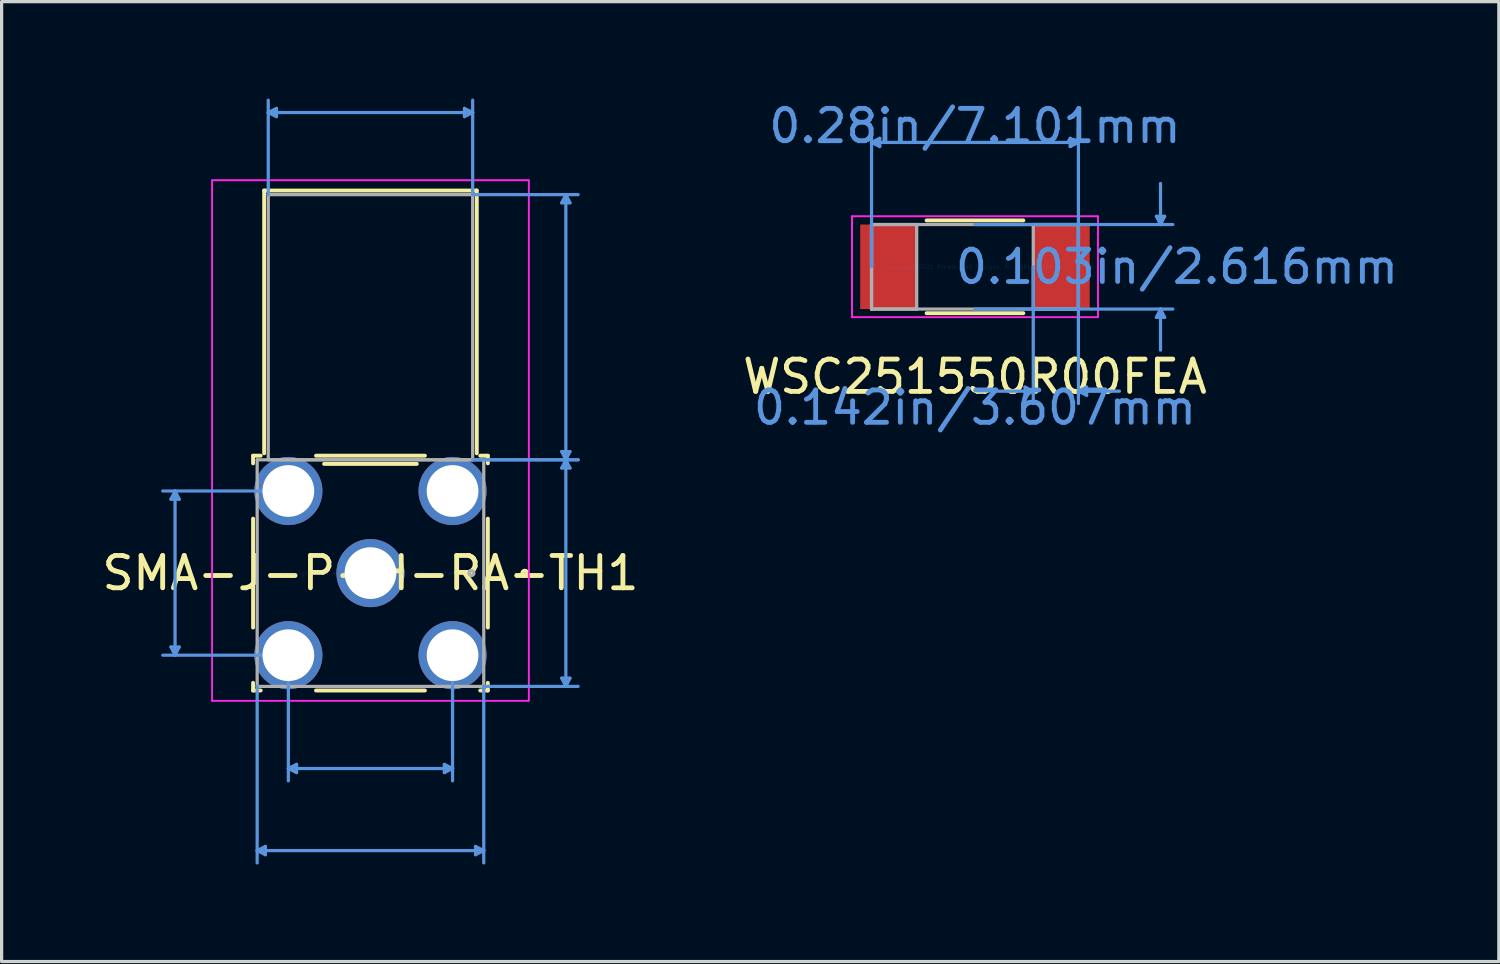
<source format=kicad_pcb>
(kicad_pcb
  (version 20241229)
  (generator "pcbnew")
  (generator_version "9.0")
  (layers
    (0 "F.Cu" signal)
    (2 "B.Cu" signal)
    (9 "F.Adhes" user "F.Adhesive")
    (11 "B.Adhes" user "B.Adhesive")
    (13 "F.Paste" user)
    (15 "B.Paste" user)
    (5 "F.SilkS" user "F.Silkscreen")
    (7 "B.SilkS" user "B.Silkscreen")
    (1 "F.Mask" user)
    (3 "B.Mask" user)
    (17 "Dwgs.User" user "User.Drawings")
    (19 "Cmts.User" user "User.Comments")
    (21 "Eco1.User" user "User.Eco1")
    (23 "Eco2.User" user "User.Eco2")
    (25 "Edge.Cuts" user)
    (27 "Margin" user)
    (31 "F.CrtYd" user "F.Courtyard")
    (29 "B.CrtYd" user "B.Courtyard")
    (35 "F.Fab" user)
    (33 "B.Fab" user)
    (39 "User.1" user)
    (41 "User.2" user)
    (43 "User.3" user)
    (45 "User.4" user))
  (footprint "WSC251550R00FEA"
    (layer "F.Cu")
    (at 27.113 5.204)
    (property "Reference" "WSC251550R00FEA" (at 0 3.4 0) (layer "F.SilkS") (effects (font (size 1 1) (thickness 0.15))))
    (attr through_hole)
    (fp_line (start -1.496 1.435) (end 1.496 1.435) (stroke (width 0.12) (type solid)) (layer "F.SilkS"))
    (fp_line (start 1.496 -1.435) (end -1.496 -1.435) (stroke (width 0.12) (type solid)) (layer "F.SilkS"))
    (fp_line (start -3.2 -3.848) (end -2.946 -3.975) (stroke (width 0.1) (type solid)) (layer "Cmts.User"))
    (fp_line (start -3.2 -3.848) (end -2.946 -3.721) (stroke (width 0.1) (type solid)) (layer "Cmts.User"))
    (fp_line (start -3.2 -3.848) (end 3.2 -3.848) (stroke (width 0.1) (type solid)) (layer "Cmts.User"))
    (fp_line (start -3.2 0) (end -3.2 -4.229) (stroke (width 0.1) (type solid)) (layer "Cmts.User"))
    (fp_line (start -2.946 -3.975) (end -2.946 -3.721) (stroke (width 0.1) (type solid)) (layer "Cmts.User"))
    (fp_line (start 0 -1.308) (end 6.121 -1.308) (stroke (width 0.1) (type solid)) (layer "Cmts.User"))
    (fp_line (start 0 1.308) (end 6.121 1.308) (stroke (width 0.1) (type solid)) (layer "Cmts.User"))
    (fp_line (start 1.549 3.721) (end 1.549 3.975) (stroke (width 0.1) (type solid)) (layer "Cmts.User"))
    (fp_line (start 1.803 0) (end 1.803 4.229) (stroke (width 0.1) (type solid)) (layer "Cmts.User"))
    (fp_line (start 1.803 3.848) (end 0.533 3.848) (stroke (width 0.1) (type solid)) (layer "Cmts.User"))
    (fp_line (start 1.803 3.848) (end 1.549 3.721) (stroke (width 0.1) (type solid)) (layer "Cmts.User"))
    (fp_line (start 1.803 3.848) (end 1.549 3.975) (stroke (width 0.1) (type solid)) (layer "Cmts.User"))
    (fp_line (start 2.946 -3.975) (end 2.946 -3.721) (stroke (width 0.1) (type solid)) (layer "Cmts.User"))
    (fp_line (start 3.2 -3.848) (end 2.946 -3.975) (stroke (width 0.1) (type solid)) (layer "Cmts.User"))
    (fp_line (start 3.2 -3.848) (end 2.946 -3.721) (stroke (width 0.1) (type solid)) (layer "Cmts.User"))
    (fp_line (start 3.2 0) (end 3.2 -4.229) (stroke (width 0.1) (type solid)) (layer "Cmts.User"))
    (fp_line (start 3.2 0) (end 3.2 4.229) (stroke (width 0.1) (type solid)) (layer "Cmts.User"))
    (fp_line (start 3.2 3.848) (end 3.454 3.721) (stroke (width 0.1) (type solid)) (layer "Cmts.User"))
    (fp_line (start 3.2 3.848) (end 3.454 3.975) (stroke (width 0.1) (type solid)) (layer "Cmts.User"))
    (fp_line (start 3.2 3.848) (end 4.47 3.848) (stroke (width 0.1) (type solid)) (layer "Cmts.User"))
    (fp_line (start 3.454 3.721) (end 3.454 3.975) (stroke (width 0.1) (type solid)) (layer "Cmts.User"))
    (fp_line (start 5.613 -1.562) (end 5.867 -1.562) (stroke (width 0.1) (type solid)) (layer "Cmts.User"))
    (fp_line (start 5.613 1.562) (end 5.867 1.562) (stroke (width 0.1) (type solid)) (layer "Cmts.User"))
    (fp_line (start 5.74 -1.308) (end 5.613 -1.562) (stroke (width 0.1) (type solid)) (layer "Cmts.User"))
    (fp_line (start 5.74 -1.308) (end 5.74 -2.578) (stroke (width 0.1) (type solid)) (layer "Cmts.User"))
    (fp_line (start 5.74 -1.308) (end 5.867 -1.562) (stroke (width 0.1) (type solid)) (layer "Cmts.User"))
    (fp_line (start 5.74 1.308) (end 5.613 1.562) (stroke (width 0.1) (type solid)) (layer "Cmts.User"))
    (fp_line (start 5.74 1.308) (end 5.74 2.578) (stroke (width 0.1) (type solid)) (layer "Cmts.User"))
    (fp_line (start 5.74 1.308) (end 5.867 1.562) (stroke (width 0.1) (type solid)) (layer "Cmts.User"))
    (fp_line (start -3.804 -1.562) (end 3.804 -1.562) (stroke (width 0.05) (type solid)) (layer "F.CrtYd"))
    (fp_line (start -3.804 -1.562) (end 3.804 -1.562) (stroke (width 0.05) (type solid)) (layer "F.CrtYd"))
    (fp_line (start -3.804 1.562) (end -3.804 -1.562) (stroke (width 0.05) (type solid)) (layer "F.CrtYd"))
    (fp_line (start -3.804 1.562) (end -3.804 -1.562) (stroke (width 0.05) (type solid)) (layer "F.CrtYd"))
    (fp_line (start 3.804 -1.562) (end 3.804 1.562) (stroke (width 0.05) (type solid)) (layer "F.CrtYd"))
    (fp_line (start 3.804 -1.562) (end 3.804 1.562) (stroke (width 0.05) (type solid)) (layer "F.CrtYd"))
    (fp_line (start 3.804 1.562) (end -3.804 1.562) (stroke (width 0.05) (type solid)) (layer "F.CrtYd"))
    (fp_line (start 3.804 1.562) (end -3.804 1.562) (stroke (width 0.05) (type solid)) (layer "F.CrtYd"))
    (fp_line (start -3.2 -1.308) (end -3.2 1.308) (stroke (width 0.1) (type solid)) (layer "F.Fab"))
    (fp_line (start -3.2 -1.308) (end -3.2 1.308) (stroke (width 0.1) (type solid)) (layer "F.Fab"))
    (fp_line (start -3.2 1.308) (end -1.803 1.308) (stroke (width 0.1) (type solid)) (layer "F.Fab"))
    (fp_line (start -3.2 1.308) (end 3.2 1.308) (stroke (width 0.1) (type solid)) (layer "F.Fab"))
    (fp_line (start -1.803 -1.308) (end -3.2 -1.308) (stroke (width 0.1) (type solid)) (layer "F.Fab"))
    (fp_line (start -1.803 1.308) (end -1.803 -1.308) (stroke (width 0.1) (type solid)) (layer "F.Fab"))
    (fp_line (start 1.803 -1.308) (end 1.803 1.308) (stroke (width 0.1) (type solid)) (layer "F.Fab"))
    (fp_line (start 1.803 1.308) (end 3.2 1.308) (stroke (width 0.1) (type solid)) (layer "F.Fab"))
    (fp_line (start 3.2 -1.308) (end -3.2 -1.308) (stroke (width 0.1) (type solid)) (layer "F.Fab"))
    (fp_line (start 3.2 -1.308) (end 1.803 -1.308) (stroke (width 0.1) (type solid)) (layer "F.Fab"))
    (fp_line (start 3.2 1.308) (end 3.2 -1.308) (stroke (width 0.1) (type solid)) (layer "F.Fab"))
    (fp_line (start 3.2 1.308) (end 3.2 -1.308) (stroke (width 0.1) (type solid)) (layer "F.Fab"))
    (fp_text user "0.28in/7.101mm" (at 0 -4.356 0) (layer "Cmts.User") (effects (font (size 1 1) (thickness 0.15))))
    (fp_text user "0.103in/2.616mm" (at 6.248 0 0) (layer "Cmts.User") (effects (font (size 1 1) (thickness 0.15))))
    (fp_text user "0.142in/3.607mm" (at 0 4.356 0) (layer "Cmts.User") (effects (font (size 1 1) (thickness 0.15))))
    (fp_text user "Copyright 2021 Accelerated Designs. All rights reserved." (at 0 0 0) (layer "Cmts.User") (effects (font (size 0.127 0.127) (thickness 0.002))))
    (pad "1" smd rect (at -2.677 0) (size 1.747 2.616) (layers "F.Cu" "F.Mask" "F.Paste"))
    (pad "2" smd rect (at 2.677 0) (size 1.747 2.616) (layers "F.Cu" "F.Mask" "F.Paste")))
  (footprint "SMA-J-P-H-RA-TH1"
    (layer "F.Cu")
    (at 8.411 14.68)
    (property "Reference" "SMA-J-P-H-RA-TH1" (at 0 0 0) (layer "F.SilkS") (effects (font (size 1 1) (thickness 0.15))))
    (attr through_hole)
    (fp_line (start -3.632 -3.632) (end -3.632 -3.395) (stroke (width 0.12) (type solid)) (layer "F.SilkS"))
    (fp_line (start -3.632 -1.685) (end -3.632 1.685) (stroke (width 0.12) (type solid)) (layer "F.SilkS"))
    (fp_line (start -3.632 3.395) (end -3.632 3.632) (stroke (width 0.12) (type solid)) (layer "F.SilkS"))
    (fp_line (start -3.632 3.632) (end -3.395 3.632) (stroke (width 0.12) (type solid)) (layer "F.SilkS"))
    (fp_line (start -3.395 -3.632) (end -3.632 -3.632) (stroke (width 0.12) (type solid)) (layer "F.SilkS"))
    (fp_line (start -3.289 -11.836) (end -3.289 -3.707) (stroke (width 0.12) (type solid)) (layer "F.SilkS"))
    (fp_line (start -1.685 3.632) (end 1.685 3.632) (stroke (width 0.12) (type solid)) (layer "F.SilkS"))
    (fp_line (start -1.435 -3.378) (end 1.435 -3.378) (stroke (width 0.12) (type solid)) (layer "F.SilkS"))
    (fp_line (start 1.685 -3.632) (end -1.685 -3.632) (stroke (width 0.12) (type solid)) (layer "F.SilkS"))
    (fp_line (start 3.289 -11.836) (end -3.289 -11.836) (stroke (width 0.12) (type solid)) (layer "F.SilkS"))
    (fp_line (start 3.289 -3.707) (end 3.289 -11.836) (stroke (width 0.12) (type solid)) (layer "F.SilkS"))
    (fp_line (start 3.395 3.632) (end 3.632 3.632) (stroke (width 0.12) (type solid)) (layer "F.SilkS"))
    (fp_line (start 3.632 -3.632) (end 3.395 -3.632) (stroke (width 0.12) (type solid)) (layer "F.SilkS"))
    (fp_line (start 3.632 -3.395) (end 3.632 -3.632) (stroke (width 0.12) (type solid)) (layer "F.SilkS"))
    (fp_line (start 3.632 1.685) (end 3.632 -1.685) (stroke (width 0.12) (type solid)) (layer "F.SilkS"))
    (fp_line (start 3.632 3.632) (end 3.632 3.395) (stroke (width 0.12) (type solid)) (layer "F.SilkS"))
    (fp_circle (center 4.775 0) (end 4.851 0) (stroke (width 0.12) (type solid)) (fill no) (layer "F.SilkS"))
    (fp_line (start -6.172 -2.286) (end -5.918 -2.286) (stroke (width 0.1) (type solid)) (layer "Cmts.User"))
    (fp_line (start -6.172 2.286) (end -5.918 2.286) (stroke (width 0.1) (type solid)) (layer "Cmts.User"))
    (fp_line (start -6.045 -2.54) (end -6.172 -2.286) (stroke (width 0.1) (type solid)) (layer "Cmts.User"))
    (fp_line (start -6.045 -2.54) (end -6.045 2.54) (stroke (width 0.1) (type solid)) (layer "Cmts.User"))
    (fp_line (start -6.045 -2.54) (end -5.918 -2.286) (stroke (width 0.1) (type solid)) (layer "Cmts.User"))
    (fp_line (start -6.045 2.54) (end -6.172 2.286) (stroke (width 0.1) (type solid)) (layer "Cmts.User"))
    (fp_line (start -6.045 2.54) (end -5.918 2.286) (stroke (width 0.1) (type solid)) (layer "Cmts.User"))
    (fp_line (start -3.505 3.505) (end -3.505 8.966) (stroke (width 0.1) (type solid)) (layer "Cmts.User"))
    (fp_line (start -3.505 8.585) (end -3.251 8.458) (stroke (width 0.1) (type solid)) (layer "Cmts.User"))
    (fp_line (start -3.505 8.585) (end -3.251 8.712) (stroke (width 0.1) (type solid)) (layer "Cmts.User"))
    (fp_line (start -3.505 8.585) (end 3.505 8.585) (stroke (width 0.1) (type solid)) (layer "Cmts.User"))
    (fp_line (start -3.251 8.458) (end -3.251 8.712) (stroke (width 0.1) (type solid)) (layer "Cmts.User"))
    (fp_line (start -3.162 -14.249) (end -2.908 -14.376) (stroke (width 0.1) (type solid)) (layer "Cmts.User"))
    (fp_line (start -3.162 -14.249) (end -2.908 -14.122) (stroke (width 0.1) (type solid)) (layer "Cmts.User"))
    (fp_line (start -3.162 -14.249) (end 3.162 -14.249) (stroke (width 0.1) (type solid)) (layer "Cmts.User"))
    (fp_line (start -3.162 -11.709) (end -3.162 -14.63) (stroke (width 0.1) (type solid)) (layer "Cmts.User"))
    (fp_line (start -2.908 -14.376) (end -2.908 -14.122) (stroke (width 0.1) (type solid)) (layer "Cmts.User"))
    (fp_line (start -2.54 -2.54) (end -6.426 -2.54) (stroke (width 0.1) (type solid)) (layer "Cmts.User"))
    (fp_line (start -2.54 2.54) (end -6.426 2.54) (stroke (width 0.1) (type solid)) (layer "Cmts.User"))
    (fp_line (start -2.54 2.54) (end -2.54 6.426) (stroke (width 0.1) (type solid)) (layer "Cmts.User"))
    (fp_line (start -2.54 6.045) (end -2.286 5.918) (stroke (width 0.1) (type solid)) (layer "Cmts.User"))
    (fp_line (start -2.54 6.045) (end -2.286 6.172) (stroke (width 0.1) (type solid)) (layer "Cmts.User"))
    (fp_line (start -2.54 6.045) (end 2.54 6.045) (stroke (width 0.1) (type solid)) (layer "Cmts.User"))
    (fp_line (start -2.286 5.918) (end -2.286 6.172) (stroke (width 0.1) (type solid)) (layer "Cmts.User"))
    (fp_line (start 2.286 5.918) (end 2.286 6.172) (stroke (width 0.1) (type solid)) (layer "Cmts.User"))
    (fp_line (start 2.54 2.54) (end 2.54 6.426) (stroke (width 0.1) (type solid)) (layer "Cmts.User"))
    (fp_line (start 2.54 6.045) (end 2.286 5.918) (stroke (width 0.1) (type solid)) (layer "Cmts.User"))
    (fp_line (start 2.54 6.045) (end 2.286 6.172) (stroke (width 0.1) (type solid)) (layer "Cmts.User"))
    (fp_line (start 2.908 -14.376) (end 2.908 -14.122) (stroke (width 0.1) (type solid)) (layer "Cmts.User"))
    (fp_line (start 3.162 -14.249) (end 2.908 -14.376) (stroke (width 0.1) (type solid)) (layer "Cmts.User"))
    (fp_line (start 3.162 -14.249) (end 2.908 -14.122) (stroke (width 0.1) (type solid)) (layer "Cmts.User"))
    (fp_line (start 3.162 -11.709) (end 3.162 -14.63) (stroke (width 0.1) (type solid)) (layer "Cmts.User"))
    (fp_line (start 3.162 -11.709) (end 6.426 -11.709) (stroke (width 0.1) (type solid)) (layer "Cmts.User"))
    (fp_line (start 3.162 -3.505) (end 6.426 -3.505) (stroke (width 0.1) (type solid)) (layer "Cmts.User"))
    (fp_line (start 3.251 8.458) (end 3.251 8.712) (stroke (width 0.1) (type solid)) (layer "Cmts.User"))
    (fp_line (start 3.505 -3.505) (end 6.426 -3.505) (stroke (width 0.1) (type solid)) (layer "Cmts.User"))
    (fp_line (start 3.505 3.505) (end 3.505 8.966) (stroke (width 0.1) (type solid)) (layer "Cmts.User"))
    (fp_line (start 3.505 3.505) (end 6.426 3.505) (stroke (width 0.1) (type solid)) (layer "Cmts.User"))
    (fp_line (start 3.505 8.585) (end 3.251 8.458) (stroke (width 0.1) (type solid)) (layer "Cmts.User"))
    (fp_line (start 3.505 8.585) (end 3.251 8.712) (stroke (width 0.1) (type solid)) (layer "Cmts.User"))
    (fp_line (start 5.918 -11.455) (end 6.172 -11.455) (stroke (width 0.1) (type solid)) (layer "Cmts.User"))
    (fp_line (start 5.918 -3.759) (end 6.172 -3.759) (stroke (width 0.1) (type solid)) (layer "Cmts.User"))
    (fp_line (start 5.918 -3.251) (end 6.172 -3.251) (stroke (width 0.1) (type solid)) (layer "Cmts.User"))
    (fp_line (start 5.918 3.251) (end 6.172 3.251) (stroke (width 0.1) (type solid)) (layer "Cmts.User"))
    (fp_line (start 6.045 -11.709) (end 5.918 -11.455) (stroke (width 0.1) (type solid)) (layer "Cmts.User"))
    (fp_line (start 6.045 -11.709) (end 6.045 -3.505) (stroke (width 0.1) (type solid)) (layer "Cmts.User"))
    (fp_line (start 6.045 -11.709) (end 6.172 -11.455) (stroke (width 0.1) (type solid)) (layer "Cmts.User"))
    (fp_line (start 6.045 -3.505) (end 5.918 -3.759) (stroke (width 0.1) (type solid)) (layer "Cmts.User"))
    (fp_line (start 6.045 -3.505) (end 5.918 -3.251) (stroke (width 0.1) (type solid)) (layer "Cmts.User"))
    (fp_line (start 6.045 -3.505) (end 6.045 3.505) (stroke (width 0.1) (type solid)) (layer "Cmts.User"))
    (fp_line (start 6.045 -3.505) (end 6.172 -3.759) (stroke (width 0.1) (type solid)) (layer "Cmts.User"))
    (fp_line (start 6.045 -3.505) (end 6.172 -3.251) (stroke (width 0.1) (type solid)) (layer "Cmts.User"))
    (fp_line (start 6.045 3.505) (end 5.918 3.251) (stroke (width 0.1) (type solid)) (layer "Cmts.User"))
    (fp_line (start 6.045 3.505) (end 6.172 3.251) (stroke (width 0.1) (type solid)) (layer "Cmts.User"))
    (fp_line (start -4.897 -12.152) (end 4.897 -12.152) (stroke (width 0.05) (type solid)) (layer "F.CrtYd"))
    (fp_line (start -4.897 -12.152) (end 4.897 -12.152) (stroke (width 0.05) (type solid)) (layer "F.CrtYd"))
    (fp_line (start -4.897 3.948) (end -4.897 -12.152) (stroke (width 0.05) (type solid)) (layer "F.CrtYd"))
    (fp_line (start -4.897 3.948) (end -4.897 -12.152) (stroke (width 0.05) (type solid)) (layer "F.CrtYd"))
    (fp_line (start 4.897 -12.152) (end 4.897 3.948) (stroke (width 0.05) (type solid)) (layer "F.CrtYd"))
    (fp_line (start 4.897 -12.152) (end 4.897 3.948) (stroke (width 0.05) (type solid)) (layer "F.CrtYd"))
    (fp_line (start 4.897 3.948) (end -4.897 3.948) (stroke (width 0.05) (type solid)) (layer "F.CrtYd"))
    (fp_line (start 4.897 3.948) (end -4.897 3.948) (stroke (width 0.05) (type solid)) (layer "F.CrtYd"))
    (fp_line (start -3.505 -3.505) (end -3.505 3.505) (stroke (width 0.1) (type solid)) (layer "F.Fab"))
    (fp_line (start -3.505 3.505) (end 3.505 3.505) (stroke (width 0.1) (type solid)) (layer "F.Fab"))
    (fp_line (start -3.162 -11.709) (end -3.162 -3.505) (stroke (width 0.1) (type solid)) (layer "F.Fab"))
    (fp_line (start -3.162 -3.505) (end 3.162 -3.505) (stroke (width 0.1) (type solid)) (layer "F.Fab"))
    (fp_line (start 3.162 -11.709) (end -3.162 -11.709) (stroke (width 0.1) (type solid)) (layer "F.Fab"))
    (fp_line (start 3.162 -3.505) (end 3.162 -11.709) (stroke (width 0.1) (type solid)) (layer "F.Fab"))
    (fp_line (start 3.505 -3.505) (end -3.505 -3.505) (stroke (width 0.1) (type solid)) (layer "F.Fab"))
    (fp_line (start 3.505 3.505) (end 3.505 -3.505) (stroke (width 0.1) (type solid)) (layer "F.Fab"))
    (fp_circle (center 3.124 0) (end 3.2 0) (stroke (width 0.1) (type solid)) (fill no) (layer "F.Fab"))
    (fp_text user "*" (at 0 0 0) (layer "F.SilkS") (effects (font (size 1 1) (thickness 0.15))))
    (fp_text user "Copyright 2021 Accelerated Designs. All rights reserved." (at 0 0 0) (layer "Cmts.User") (effects (font (size 0.127 0.127) (thickness 0.002))))
    (fp_text user "*" (at 0 0 0) (layer "F.Fab") (effects (font (size 1 1) (thickness 0.15))))
    (pad "1" thru_hole circle (at 0 0) (size 2.108 2.108) (drill 1.6) (layers "*.Cu" "*.Mask"))
    (pad "2" thru_hole circle (at -2.54 -2.54) (size 2.108 2.108) (drill 1.6) (layers "*.Cu" "*.Mask"))
    (pad "3" thru_hole circle (at -2.54 2.54) (size 2.108 2.108) (drill 1.6) (layers "*.Cu" "*.Mask"))
    (pad "4" thru_hole circle (at 2.54 2.54) (size 2.108 2.108) (drill 1.6) (layers "*.Cu" "*.Mask"))
    (pad "5" thru_hole circle (at 2.54 -2.54) (size 2.108 2.108) (drill 1.6) (layers "*.Cu" "*.Mask")))
  (gr_rect
    (start -3 -3)
    (end 43.32 26.697)
    (stroke (width 0.1) (type default))
    (fill no)
    (layer "Edge.Cuts")))
</source>
